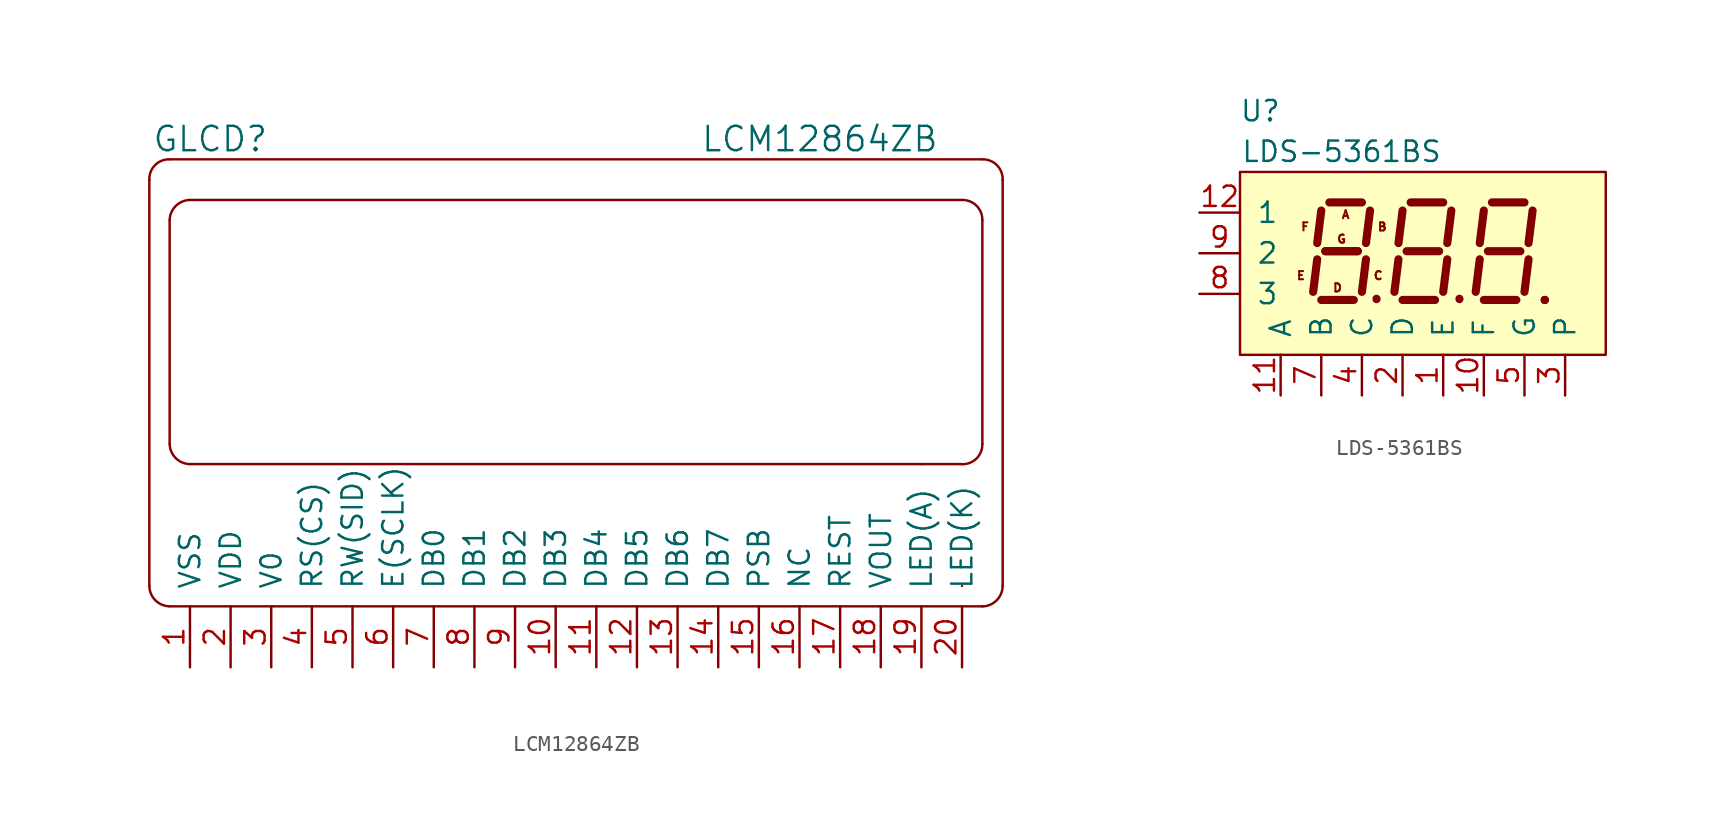
<source format=kicad_sym>
(kicad_symbol_lib
  (version 20211014)
  (generator kicad_symbol_editor)
  (symbol "LCM12864ZB"
    (pin_names
      (offset 1.016))
    (property "Reference" "GLCD"
      (at -22.86 15.24 0)
      (effects (font (size 1.524 1.524))))
    (property "Value" "LCM12864ZB"
      (at 15.24 15.24 0)
      (effects (font (size 1.524 1.524))))
    (property "Footprint" ""
      (at -3.81 -6.35 0)
      (effects (font (size 1.524 1.524))))
    (property "Datasheet" ""
      (at -3.81 -6.35 0)
      (effects (font (size 1.524 1.524))))
    (symbol "LCM12864ZB_0_1"
      (arc (start -26.67 -12.7) (mid -26.2927 -13.5927) (end -25.4 -13.97) (stroke (width 0) (type default) (color 0 0 0 0)) (fill (type none)))
      (arc (start -25.4 -3.81) (mid -25.0227 -4.7027) (end -24.13 -5.08) (stroke (width 0) (type default) (color 0 0 0 0)) (fill (type none)))
      (arc (start -25.4 13.97) (mid -26.3109 13.6109) (end -26.67 12.7) (stroke (width 0) (type default) (color 0 0 0 0)) (fill (type none)))
      (arc (start -24.13 11.43) (mid -25.0227 11.0527) (end -25.4 10.16) (stroke (width 0) (type default) (color 0 0 0 0)) (fill (type none)))
      (polyline (pts (xy -26.67 -12.7) (xy -26.67 12.7)) (stroke (width 0) (type default) (color 0 0 0 0)) (fill (type none)))
      (polyline (pts (xy -25.4 -13.97) (xy 25.4 -13.97)) (stroke (width 0) (type default) (color 0 0 0 0)) (fill (type none)))
      (polyline (pts (xy -25.4 10.16) (xy -25.4 -3.81)) (stroke (width 0) (type default) (color 0 0 0 0)) (fill (type none)))
      (polyline (pts (xy -25.4 13.97) (xy 25.4 13.97)) (stroke (width 0) (type default) (color 0 0 0 0)) (fill (type none)))
      (polyline (pts (xy -24.13 -5.08) (xy 24.13 -5.08)) (stroke (width 0) (type default) (color 0 0 0 0)) (fill (type none)))
      (polyline (pts (xy -24.13 11.43) (xy 24.13 11.43)) (stroke (width 0) (type default) (color 0 0 0 0)) (fill (type none)))
      (polyline (pts (xy 21.59 -5.08) (xy 21.59 -5.08)) (stroke (width 0) (type default) (color 0 0 0 0)) (fill (type none)))
      (polyline (pts (xy 24.13 -12.7) (xy 24.13 -12.7)) (stroke (width 0) (type default) (color 0 0 0 0)) (fill (type none)))
      (polyline (pts (xy 25.4 10.16) (xy 25.4 -3.81)) (stroke (width 0) (type default) (color 0 0 0 0)) (fill (type none)))
      (polyline (pts (xy 26.67 12.7) (xy 26.67 -12.7)) (stroke (width 0) (type default) (color 0 0 0 0)) (fill (type none)))
      (arc (start 24.13 -5.08) (mid 25.0409 -4.7209) (end 25.4 -3.81) (stroke (width 0) (type default) (color 0 0 0 0)) (fill (type none)))
      (arc (start 25.4 -13.97) (mid 26.2927 -13.5927) (end 26.67 -12.7) (stroke (width 0) (type default) (color 0 0 0 0)) (fill (type none)))
      (arc (start 25.4 10.16) (mid 25.0409 11.0709) (end 24.13 11.43) (stroke (width 0) (type default) (color 0 0 0 0)) (fill (type none)))
      (arc (start 26.67 12.7) (mid 26.3109 13.6109) (end 25.4 13.97) (stroke (width 0) (type default) (color 0 0 0 0)) (fill (type none))))
    (symbol "LCM12864ZB_1_1"
      (pin input line (at -24.13 -17.78 90) (length 3.81) (name "VSS" (effects (font (size 1.27 1.27)))) (number "1" (effects (font (size 1.27 1.27)))))
      (pin input line (at -1.27 -17.78 90) (length 3.81) (name "DB3" (effects (font (size 1.27 1.27)))) (number "10" (effects (font (size 1.27 1.27)))))
      (pin input line (at 1.27 -17.78 90) (length 3.81) (name "DB4" (effects (font (size 1.27 1.27)))) (number "11" (effects (font (size 1.27 1.27)))))
      (pin input line (at 3.81 -17.78 90) (length 3.81) (name "DB5" (effects (font (size 1.27 1.27)))) (number "12" (effects (font (size 1.27 1.27)))))
      (pin input line (at 6.35 -17.78 90) (length 3.81) (name "DB6" (effects (font (size 1.27 1.27)))) (number "13" (effects (font (size 1.27 1.27)))))
      (pin input line (at 8.89 -17.78 90) (length 3.81) (name "DB7" (effects (font (size 1.27 1.27)))) (number "14" (effects (font (size 1.27 1.27)))))
      (pin input line (at 11.43 -17.78 90) (length 3.81) (name "PSB" (effects (font (size 1.27 1.27)))) (number "15" (effects (font (size 1.27 1.27)))))
      (pin input line (at 13.97 -17.78 90) (length 3.81) (name "NC" (effects (font (size 1.27 1.27)))) (number "16" (effects (font (size 1.27 1.27)))))
      (pin input line (at 16.51 -17.78 90) (length 3.81) (name "REST" (effects (font (size 1.27 1.27)))) (number "17" (effects (font (size 1.27 1.27)))))
      (pin input line (at 19.05 -17.78 90) (length 3.81) (name "VOUT" (effects (font (size 1.27 1.27)))) (number "18" (effects (font (size 1.27 1.27)))))
      (pin input line (at 21.59 -17.78 90) (length 3.81) (name "LED(A)" (effects (font (size 1.27 1.27)))) (number "19" (effects (font (size 1.27 1.27)))))
      (pin input line (at -21.59 -17.78 90) (length 3.81) (name "VDD" (effects (font (size 1.27 1.27)))) (number "2" (effects (font (size 1.27 1.27)))))
      (pin input line (at 24.13 -17.78 90) (length 3.81) (name "LED(K)" (effects (font (size 1.27 1.27)))) (number "20" (effects (font (size 1.27 1.27)))))
      (pin input line (at -19.05 -17.78 90) (length 3.81) (name "V0" (effects (font (size 1.27 1.27)))) (number "3" (effects (font (size 1.27 1.27)))))
      (pin input line (at -16.51 -17.78 90) (length 3.81) (name "RS(CS)" (effects (font (size 1.27 1.27)))) (number "4" (effects (font (size 1.27 1.27)))))
      (pin input line (at -13.97 -17.78 90) (length 3.81) (name "RW(SID)" (effects (font (size 1.27 1.27)))) (number "5" (effects (font (size 1.27 1.27)))))
      (pin input line (at -11.43 -17.78 90) (length 3.81) (name "E(SCLK)" (effects (font (size 1.27 1.27)))) (number "6" (effects (font (size 1.27 1.27)))))
      (pin input line (at -8.89 -17.78 90) (length 3.81) (name "DB0" (effects (font (size 1.27 1.27)))) (number "7" (effects (font (size 1.27 1.27)))))
      (pin input line (at -6.35 -17.78 90) (length 3.81) (name "DB1" (effects (font (size 1.27 1.27)))) (number "8" (effects (font (size 1.27 1.27)))))
      (pin input line (at -3.81 -17.78 90) (length 3.81) (name "DB2" (effects (font (size 1.27 1.27)))) (number "9" (effects (font (size 1.27 1.27)))))))
  (symbol "LDS-5361BS"
    (pin_names
      (offset 1.016))
    (property "Reference" "U"
      (at -10.16 8.89 0)
      (effects (font (size 1.27 1.27))))
    (property "Value" "LDS-5361BS"
      (at -5.08 6.35 0)
      (effects (font (size 1.27 1.27))))
    (symbol "LDS-5361BS_0_1"
      (rectangle (start -11.43 5.08) (end 11.43 -6.35) (stroke (width 0) (type default) (color 0 0 0 0)) (fill (type background))))
    (symbol "LDS-5361BS_1_0"
      (text "A" (at -4.826 2.413 0) (effects (font (size 0.508 0.508))))
      (text "B" (at -2.54 1.651 0) (effects (font (size 0.508 0.508))))
      (text "C" (at -2.794 -1.397 0) (effects (font (size 0.508 0.508))))
      (text "D" (at -5.334 -2.159 0) (effects (font (size 0.508 0.508))))
      (text "E" (at -7.62 -1.397 0) (effects (font (size 0.508 0.508))))
      (text "F" (at -7.366 1.651 0) (effects (font (size 0.508 0.508))))
      (text "G" (at -5.08 0.889 0) (effects (font (size 0.508 0.508)))))
    (symbol "LDS-5361BS_1_1"
      (polyline (pts (xy -6.604 -0.381) (xy -6.858 -2.413)) (stroke (width 0.508) (type default) (color 0 0 0 0)) (fill (type none)))
      (polyline (pts (xy -6.35 -2.921) (xy -4.318 -2.921)) (stroke (width 0.508) (type default) (color 0 0 0 0)) (fill (type none)))
      (polyline (pts (xy -6.35 2.667) (xy -6.604 0.635)) (stroke (width 0.508) (type default) (color 0 0 0 0)) (fill (type none)))
      (polyline (pts (xy -6.096 0.127) (xy -4.064 0.127)) (stroke (width 0.508) (type default) (color 0 0 0 0)) (fill (type none)))
      (polyline (pts (xy -6.096 0.127) (xy -4.064 0.127)) (stroke (width 0.508) (type default) (color 0 0 0 0)) (fill (type none)))
      (polyline (pts (xy -5.842 3.175) (xy -3.81 3.175)) (stroke (width 0.508) (type default) (color 0 0 0 0)) (fill (type none)))
      (polyline (pts (xy -3.556 -0.381) (xy -3.81 -2.413)) (stroke (width 0.508) (type default) (color 0 0 0 0)) (fill (type none)))
      (polyline (pts (xy -3.302 2.667) (xy -3.556 0.635)) (stroke (width 0.508) (type default) (color 0 0 0 0)) (fill (type none)))
      (polyline (pts (xy -2.896 -2.87) (xy -2.896 -2.845)) (stroke (width 0.508) (type default) (color 0 0 0 0)) (fill (type none)))
      (polyline (pts (xy -1.524 -0.381) (xy -1.778 -2.413)) (stroke (width 0.508) (type default) (color 0 0 0 0)) (fill (type none)))
      (polyline (pts (xy -1.27 -2.921) (xy 0.762 -2.921)) (stroke (width 0.508) (type default) (color 0 0 0 0)) (fill (type none)))
      (polyline (pts (xy -1.27 2.667) (xy -1.524 0.635)) (stroke (width 0.508) (type default) (color 0 0 0 0)) (fill (type none)))
      (polyline (pts (xy -1.016 0.127) (xy 1.016 0.127)) (stroke (width 0.508) (type default) (color 0 0 0 0)) (fill (type none)))
      (polyline (pts (xy -0.762 3.175) (xy 1.27 3.175)) (stroke (width 0.508) (type default) (color 0 0 0 0)) (fill (type none)))
      (polyline (pts (xy 1.524 -0.381) (xy 1.27 -2.413)) (stroke (width 0.508) (type default) (color 0 0 0 0)) (fill (type none)))
      (polyline (pts (xy 1.778 2.667) (xy 1.524 0.635)) (stroke (width 0.508) (type default) (color 0 0 0 0)) (fill (type none)))
      (polyline (pts (xy 2.286 -2.87) (xy 2.286 -2.845)) (stroke (width 0.508) (type default) (color 0 0 0 0)) (fill (type none)))
      (polyline (pts (xy 3.556 -0.381) (xy 3.302 -2.413)) (stroke (width 0.508) (type default) (color 0 0 0 0)) (fill (type none)))
      (polyline (pts (xy 3.81 -2.921) (xy 5.842 -2.921)) (stroke (width 0.508) (type default) (color 0 0 0 0)) (fill (type none)))
      (polyline (pts (xy 3.81 2.667) (xy 3.556 0.635)) (stroke (width 0.508) (type default) (color 0 0 0 0)) (fill (type none)))
      (polyline (pts (xy 4.064 0.127) (xy 6.096 0.127)) (stroke (width 0.508) (type default) (color 0 0 0 0)) (fill (type none)))
      (polyline (pts (xy 4.318 3.175) (xy 6.35 3.175)) (stroke (width 0.508) (type default) (color 0 0 0 0)) (fill (type none)))
      (polyline (pts (xy 6.604 -0.381) (xy 6.35 -2.413)) (stroke (width 0.508) (type default) (color 0 0 0 0)) (fill (type none)))
      (polyline (pts (xy 6.858 2.667) (xy 6.604 0.635)) (stroke (width 0.508) (type default) (color 0 0 0 0)) (fill (type none)))
      (polyline (pts (xy 7.62 -2.921) (xy 7.62 -2.921)) (stroke (width 0.508) (type default) (color 0 0 0 0)) (fill (type none)))
      (polyline (pts (xy 7.62 -2.921) (xy 7.62 -2.921)) (stroke (width 0.508) (type default) (color 0 0 0 0)) (fill (type none)))
      (polyline (pts (xy 7.62 -2.921) (xy 7.62 -2.921)) (stroke (width 0.508) (type default) (color 0 0 0 0)) (fill (type none)))
      (pin input line (at 1.27 -8.89 90) (length 2.54) (name "E" (effects (font (size 1.27 1.27)))) (number "1" (effects (font (size 1.27 1.27)))))
      (pin input line (at 3.81 -8.89 90) (length 2.54) (name "F" (effects (font (size 1.27 1.27)))) (number "10" (effects (font (size 1.27 1.27)))))
      (pin input line (at -8.89 -8.89 90) (length 2.54) (name "A" (effects (font (size 1.27 1.27)))) (number "11" (effects (font (size 1.27 1.27)))))
      (pin input line (at -13.97 2.54 0) (length 2.54) (name "1" (effects (font (size 1.27 1.27)))) (number "12" (effects (font (size 1.27 1.27)))))
      (pin input line (at -1.27 -8.89 90) (length 2.54) (name "D" (effects (font (size 1.27 1.27)))) (number "2" (effects (font (size 1.27 1.27)))))
      (pin input line (at 8.89 -8.89 90) (length 2.54) (name "P" (effects (font (size 1.27 1.27)))) (number "3" (effects (font (size 1.27 1.27)))))
      (pin input line (at -3.81 -8.89 90) (length 2.54) (name "C" (effects (font (size 1.27 1.27)))) (number "4" (effects (font (size 1.27 1.27)))))
      (pin input line (at 6.35 -8.89 90) (length 2.54) (name "G" (effects (font (size 1.27 1.27)))) (number "5" (effects (font (size 1.27 1.27)))))
      (pin input line (at -6.35 -8.89 90) (length 2.54) (name "B" (effects (font (size 1.27 1.27)))) (number "7" (effects (font (size 1.27 1.27)))))
      (pin input line (at -13.97 -2.54 0) (length 2.54) (name "3" (effects (font (size 1.27 1.27)))) (number "8" (effects (font (size 1.27 1.27)))))
      (pin input line (at -13.97 0 0) (length 2.54) (name "2" (effects (font (size 1.27 1.27)))) (number "9" (effects (font (size 1.27 1.27)))))
      (pin no_connect line (at 8.89 7.62 270) (length 2.54) hide (name "6" (effects (font (size 1.27 1.27)))) (number "NO" (effects (font (size 1.27 1.27))))))))
</source>
